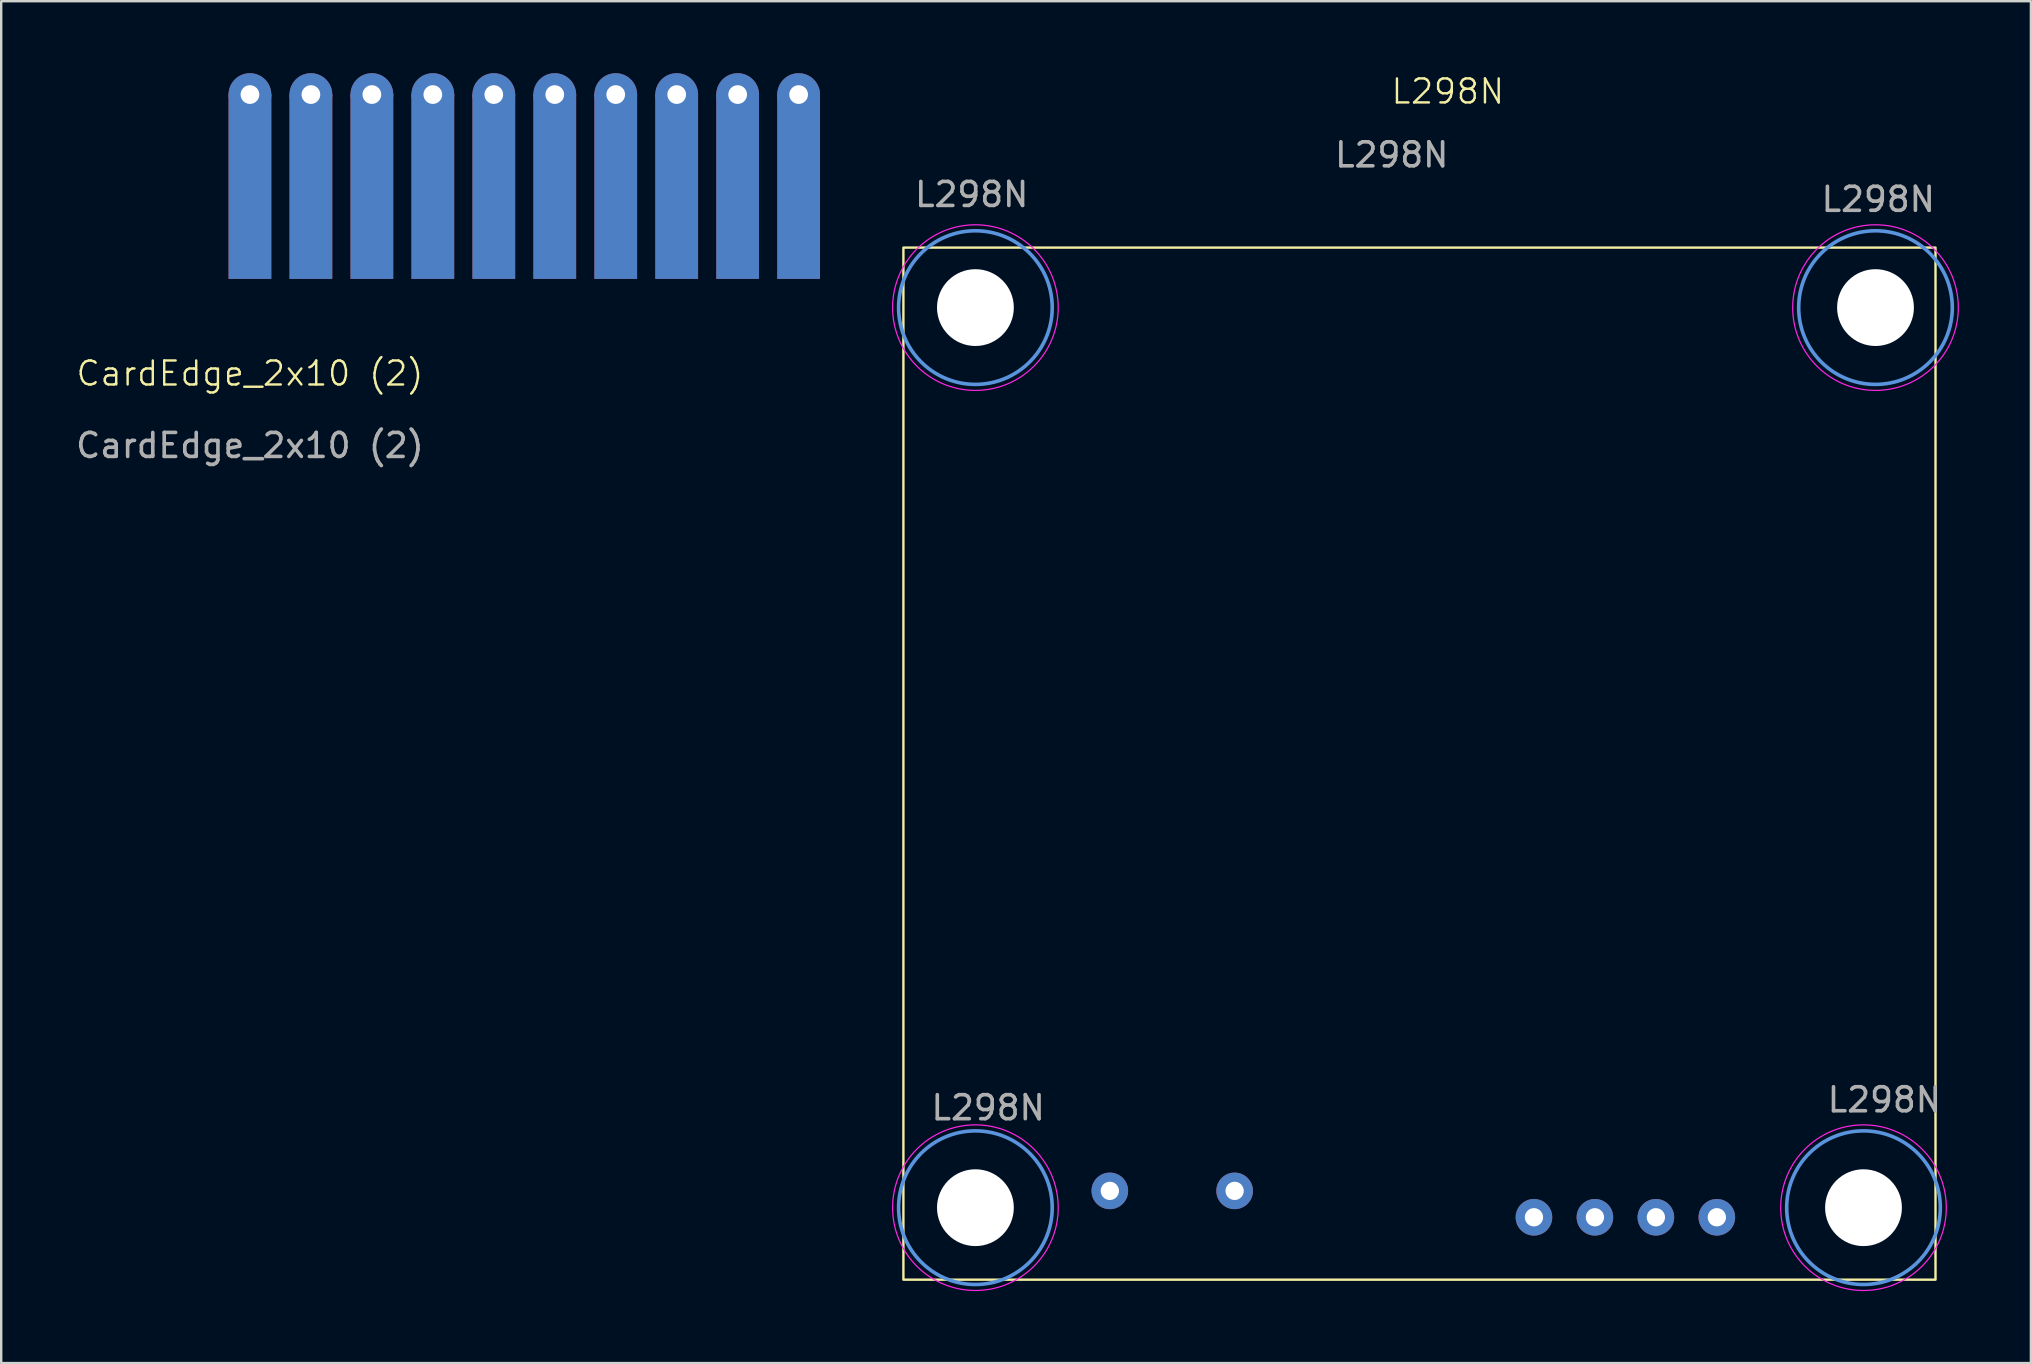
<source format=kicad_pcb>
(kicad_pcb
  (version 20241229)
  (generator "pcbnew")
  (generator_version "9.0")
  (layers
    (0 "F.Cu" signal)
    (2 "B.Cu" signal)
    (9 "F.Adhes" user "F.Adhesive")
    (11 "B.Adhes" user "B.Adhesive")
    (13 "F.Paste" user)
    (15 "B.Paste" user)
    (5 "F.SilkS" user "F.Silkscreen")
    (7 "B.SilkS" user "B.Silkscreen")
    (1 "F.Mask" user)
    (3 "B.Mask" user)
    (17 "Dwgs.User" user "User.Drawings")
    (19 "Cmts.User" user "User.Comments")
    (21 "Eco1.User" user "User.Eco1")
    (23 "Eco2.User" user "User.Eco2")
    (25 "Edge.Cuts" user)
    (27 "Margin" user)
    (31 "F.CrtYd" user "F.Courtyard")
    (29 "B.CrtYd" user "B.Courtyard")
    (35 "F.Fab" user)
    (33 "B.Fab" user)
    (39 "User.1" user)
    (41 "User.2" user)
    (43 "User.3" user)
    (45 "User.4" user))
  (footprint "CardEdge_2x10 (2)"
    (layer "F.Cu")
    (at 7.363 4.89)
    (property "Reference" "CardEdge_2x10 (2)" (at 0 7.62 0) (unlocked yes) (layer "F.SilkS") (effects (font (size 1 1) (thickness 0.1))))
    (attr smd)
    (fp_text user "${REFERENCE}" (at 0 10.62 0) (unlocked yes) (layer "F.Fab") (effects (font (size 1 1) (thickness 0.15))))
    (pad "1" thru_hole circle (at 0 -4 180) (size 1.78 1.78) (drill 0.78) (layers "*.Cu" "*.Mask"))
    (pad "1" smd rect (at 0 -0.17 180) (size 1.78 7.7) (layers "F.Cu" "F.Mask" "F.Paste"))
    (pad "1" smd rect (at 0 -0.17) (size 1.78 7.7) (layers "B.Cu" "B.Mask" "B.Paste"))
    (pad "2" thru_hole circle (at 2.54 -4 180) (size 1.78 1.78) (drill 0.78) (layers "*.Cu" "*.Mask"))
    (pad "2" smd rect (at 2.54 -0.17 180) (size 1.78 7.7) (layers "F.Cu" "F.Mask" "F.Paste"))
    (pad "2" smd rect (at 2.54 -0.17) (size 1.78 7.7) (layers "B.Cu" "B.Mask" "B.Paste"))
    (pad "3" thru_hole circle (at 5.08 -4 180) (size 1.78 1.78) (drill 0.78) (layers "*.Cu" "*.Mask"))
    (pad "3" smd rect (at 5.08 -0.17 180) (size 1.78 7.7) (layers "F.Cu" "F.Mask" "F.Paste"))
    (pad "3" smd rect (at 5.08 -0.17) (size 1.78 7.7) (layers "B.Cu" "B.Mask" "B.Paste"))
    (pad "4" thru_hole circle (at 7.62 -4 180) (size 1.78 1.78) (drill 0.78) (layers "*.Cu" "*.Mask"))
    (pad "4" smd rect (at 7.62 -0.17 180) (size 1.78 7.7) (layers "F.Cu" "F.Mask" "F.Paste"))
    (pad "4" smd rect (at 7.62 -0.17) (size 1.78 7.7) (layers "B.Cu" "B.Mask" "B.Paste"))
    (pad "5" thru_hole circle (at 10.16 -4 180) (size 1.78 1.78) (drill 0.78) (layers "*.Cu" "*.Mask"))
    (pad "5" smd rect (at 10.16 -0.17 180) (size 1.78 7.7) (layers "F.Cu" "F.Mask" "F.Paste"))
    (pad "5" smd rect (at 10.16 -0.17) (size 1.78 7.7) (layers "B.Cu" "B.Mask" "B.Paste"))
    (pad "6" thru_hole circle (at 12.7 -4 180) (size 1.78 1.78) (drill 0.78) (layers "*.Cu" "*.Mask"))
    (pad "6" smd rect (at 12.7 -0.17 180) (size 1.78 7.7) (layers "F.Cu" "F.Mask" "F.Paste"))
    (pad "6" smd rect (at 12.7 -0.17) (size 1.78 7.7) (layers "B.Cu" "B.Mask" "B.Paste"))
    (pad "7" thru_hole circle (at 15.24 -4 180) (size 1.78 1.78) (drill 0.78) (layers "*.Cu" "*.Mask"))
    (pad "7" smd rect (at 15.24 -0.17 180) (size 1.78 7.7) (layers "F.Cu" "F.Mask" "F.Paste"))
    (pad "7" smd rect (at 15.24 -0.17) (size 1.78 7.7) (layers "B.Cu" "B.Mask" "B.Paste"))
    (pad "8" thru_hole circle (at 17.78 -4 180) (size 1.78 1.78) (drill 0.78) (layers "*.Cu" "*.Mask"))
    (pad "8" smd rect (at 17.78 -0.17 180) (size 1.78 7.7) (layers "F.Cu" "F.Mask" "F.Paste"))
    (pad "8" smd rect (at 17.78 -0.17) (size 1.78 7.7) (layers "B.Cu" "B.Mask" "B.Paste"))
    (pad "9" thru_hole circle (at 20.32 -4 180) (size 1.78 1.78) (drill 0.78) (layers "*.Cu" "*.Mask"))
    (pad "9" smd rect (at 20.32 -0.17 180) (size 1.78 7.7) (layers "F.Cu" "F.Mask" "F.Paste"))
    (pad "9" smd rect (at 20.32 -0.17) (size 1.78 7.7) (layers "B.Cu" "B.Mask" "B.Paste"))
    (pad "10" thru_hole circle (at 22.86 -4 180) (size 1.78 1.78) (drill 0.78) (layers "*.Cu" "*.Mask"))
    (pad "10" smd rect (at 22.86 -0.17 180) (size 1.78 7.7) (layers "F.Cu" "F.Mask" "F.Paste"))
    (pad "10" smd rect (at 22.86 -0.17) (size 1.78 7.7) (layers "B.Cu" "B.Mask" "B.Paste")))
  (footprint "L298N"
    (layer "F.Cu")
    (at 34.588 50.265)
    (property "Reference" "L298N" (at 22.682 -49.505 0) (unlocked yes) (layer "F.SilkS") (effects (font (size 1 1) (thickness 0.1))))
    (attr through_hole)
    (fp_rect (start 0 -43) (end 43 0) (stroke (width 0.1) (type default)) (fill no) (layer "F.SilkS"))
    (fp_circle (center 3 -40.5) (end 6.2 -40.5) (stroke (width 0.15) (type solid)) (fill no) (layer "Cmts.User"))
    (fp_circle (center 3 -3) (end 6.2 -3) (stroke (width 0.15) (type solid)) (fill no) (layer "Cmts.User"))
    (fp_circle (center 40 -3) (end 43.2 -3) (stroke (width 0.15) (type solid)) (fill no) (layer "Cmts.User"))
    (fp_circle (center 40.5 -40.5) (end 43.7 -40.5) (stroke (width 0.15) (type solid)) (fill no) (layer "Cmts.User"))
    (fp_circle (center 3 -40.5) (end 6.45 -40.5) (stroke (width 0.05) (type solid)) (fill no) (layer "F.CrtYd"))
    (fp_circle (center 3 -3) (end 6.45 -3) (stroke (width 0.05) (type solid)) (fill no) (layer "F.CrtYd"))
    (fp_circle (center 40 -3) (end 43.45 -3) (stroke (width 0.05) (type solid)) (fill no) (layer "F.CrtYd"))
    (fp_circle (center 40.5 -40.5) (end 43.95 -40.5) (stroke (width 0.05) (type solid)) (fill no) (layer "F.CrtYd"))
    (fp_text user "${REFERENCE}" (at 20.345 -46.863 0) (unlocked yes) (layer "F.Fab") (effects (font (size 1 1) (thickness 0.15))))
    (fp_text user "${REFERENCE}" (at 2.845 -45.212 0) (layer "F.Fab") (effects (font (size 1 1) (thickness 0.15))))
    (fp_text user "${REFERENCE}" (at 40.869 -7.493 0) (layer "F.Fab") (effects (font (size 1 1) (thickness 0.15))))
    (fp_text user "${REFERENCE}" (at 40.615 -45.009 0) (layer "F.Fab") (effects (font (size 1 1) (thickness 0.15))))
    (fp_text user "${REFERENCE}" (at 3.531 -7.163 0) (layer "F.Fab") (effects (font (size 1 1) (thickness 0.15))))
    (pad "" np_thru_hole circle (at 3 -40.5) (size 3.2 3.2) (drill 3.2) (layers "*.Cu" "*.Mask"))
    (pad "" np_thru_hole circle (at 3 -3) (size 3.2 3.2) (drill 3.2) (layers "*.Cu" "*.Mask"))
    (pad "" np_thru_hole circle (at 40 -3) (size 3.2 3.2) (drill 3.2) (layers "*.Cu" "*.Mask"))
    (pad "" np_thru_hole circle (at 40.5 -40.5) (size 3.2 3.2) (drill 3.2) (layers "*.Cu" "*.Mask"))
    (pad "1" thru_hole circle (at 26.27 -2.6) (size 1.524 1.524) (drill 0.762) (layers "*.Cu" "*.Mask"))
    (pad "2" thru_hole circle (at 28.81 -2.6) (size 1.524 1.524) (drill 0.762) (layers "*.Cu" "*.Mask"))
    (pad "3" thru_hole circle (at 31.35 -2.6) (size 1.524 1.524) (drill 0.762) (layers "*.Cu" "*.Mask"))
    (pad "4" thru_hole circle (at 33.89 -2.6) (size 1.524 1.524) (drill 0.762) (layers "*.Cu" "*.Mask"))
    (pad "5" thru_hole circle (at 13.8 -3.7 90) (size 1.524 1.524) (drill 0.762) (layers "*.Cu" "*.Mask"))
    (pad "6" thru_hole circle (at 8.6 -3.7) (size 1.524 1.524) (drill 0.762) (layers "*.Cu" "*.Mask")))
  (gr_rect
    (start -3 -3)
    (end 81.563 53.74)
    (stroke (width 0.1) (type default))
    (fill no)
    (layer "Edge.Cuts")))
</source>
